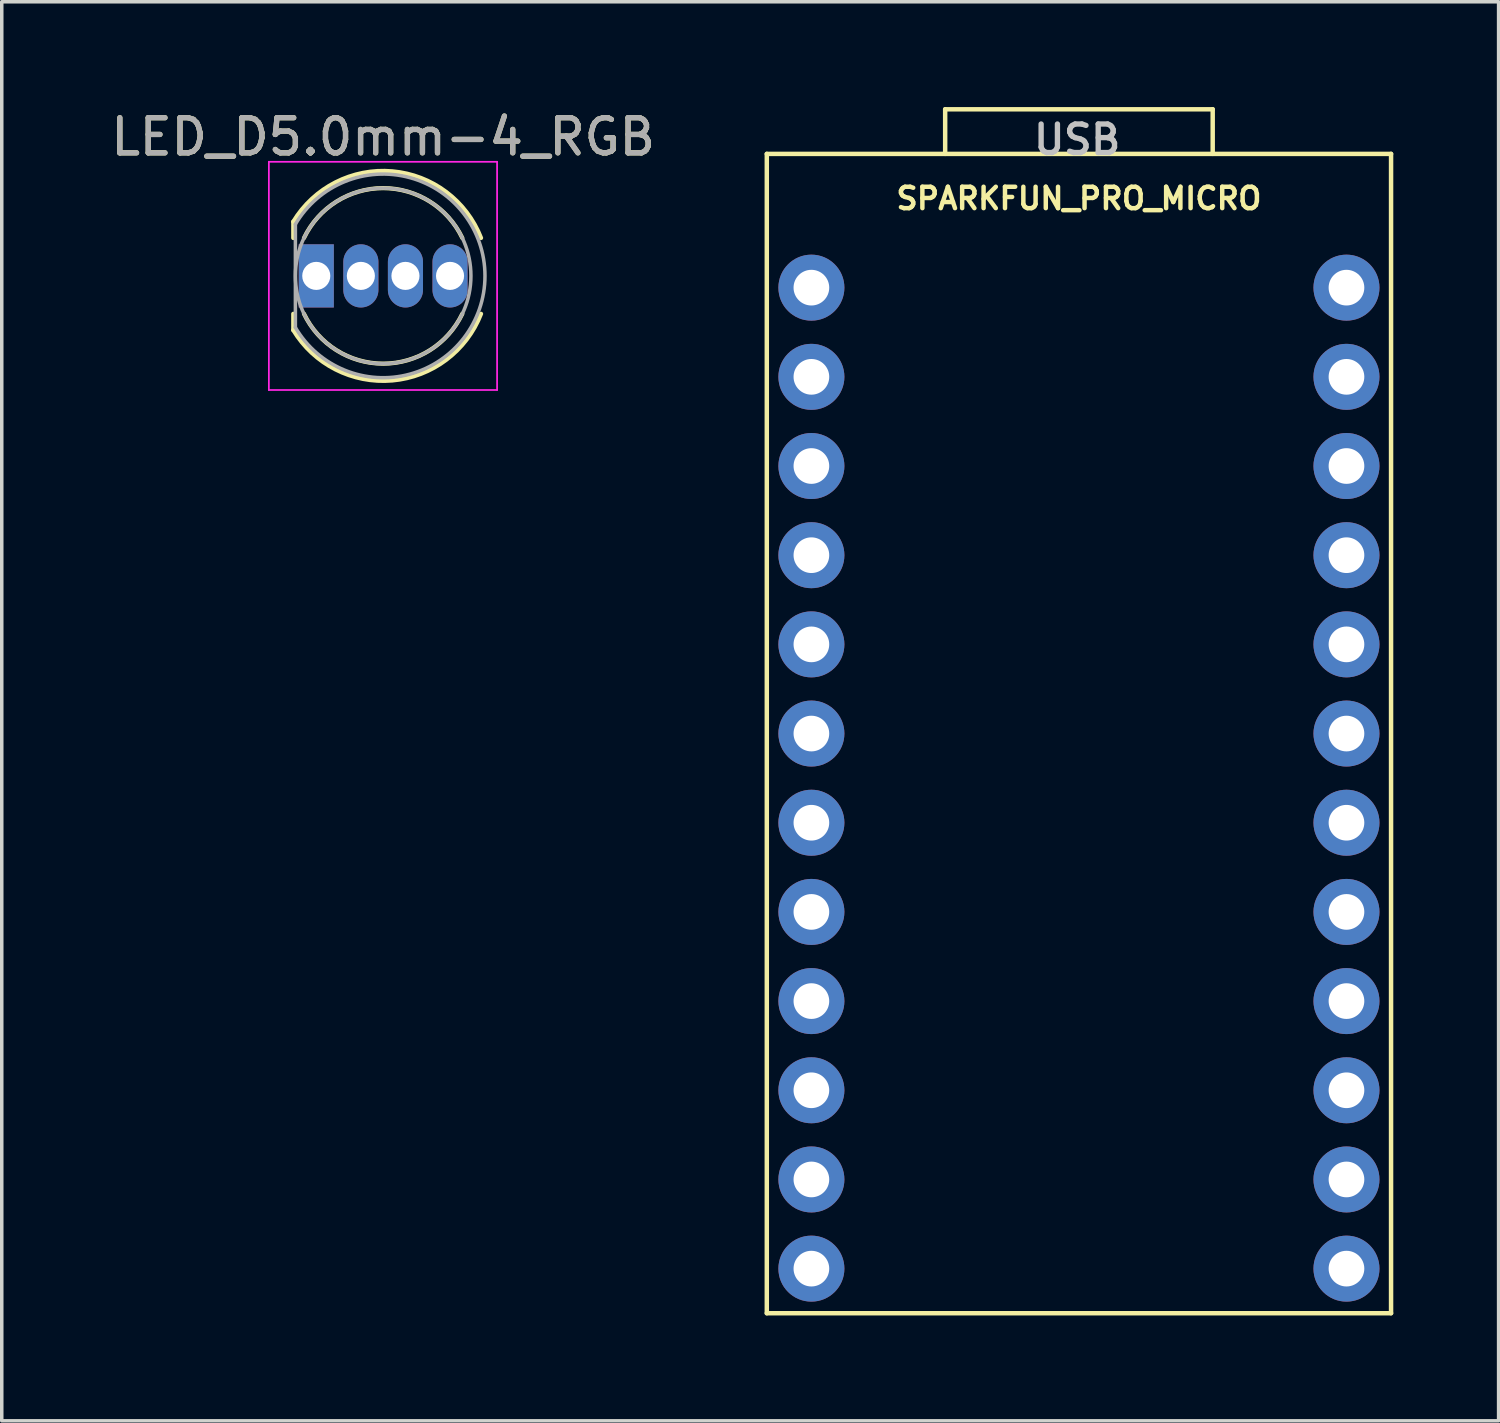
<source format=kicad_pcb>
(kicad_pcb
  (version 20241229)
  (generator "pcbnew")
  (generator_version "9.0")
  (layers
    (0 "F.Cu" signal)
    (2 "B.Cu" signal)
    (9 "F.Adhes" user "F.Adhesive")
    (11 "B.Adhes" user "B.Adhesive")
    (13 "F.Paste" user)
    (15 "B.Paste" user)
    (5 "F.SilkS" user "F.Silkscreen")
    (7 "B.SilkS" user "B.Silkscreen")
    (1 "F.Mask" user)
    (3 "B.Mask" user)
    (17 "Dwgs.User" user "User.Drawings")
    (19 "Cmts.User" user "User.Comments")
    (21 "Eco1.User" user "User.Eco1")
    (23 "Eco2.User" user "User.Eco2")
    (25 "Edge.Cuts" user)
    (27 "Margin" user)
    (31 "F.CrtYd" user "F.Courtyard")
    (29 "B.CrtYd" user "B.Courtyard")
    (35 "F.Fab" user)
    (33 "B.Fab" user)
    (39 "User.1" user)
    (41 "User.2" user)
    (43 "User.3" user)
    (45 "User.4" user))
  (footprint "LED_D5.0mm-4_RGB"
    (layer "F.Cu")
    (at 5.958 4.808)
    (property "Reference" "LED_D5.0mm-4_RGB" (at 1.905 -3.96 0) (layer "F.SilkS") (effects (font (size 1 1) (thickness 0.15))))
    (attr through_hole)
    (fp_line (start -0.655 -1.545) (end -0.655 -1.08) (stroke (width 0.12) (type solid)) (layer "F.SilkS"))
    (fp_line (start -0.655 1.08) (end -0.655 1.545) (stroke (width 0.12) (type solid)) (layer "F.SilkS"))
    (fp_arc (start -0.655 -1.54483) (mid 2.163456 -2.978809) (end 4.692815 -1.080827) (stroke (width 0.12) (type solid)) (layer "F.SilkS"))
    (fp_arc (start -0.349684 -1.08) (mid 1.904762 -2.5) (end 4.159479 -1.080429) (stroke (width 0.12) (type solid)) (layer "F.SilkS"))
    (fp_arc (start 4.159479 1.080429) (mid 1.904762 2.5) (end -0.349684 1.08) (stroke (width 0.12) (type solid)) (layer "F.SilkS"))
    (fp_arc (start 4.692815 1.080827) (mid 2.163456 2.978808) (end -0.655 1.54483) (stroke (width 0.12) (type solid)) (layer "F.SilkS"))
    (fp_line (start -1.35 -3.25) (end -1.35 3.25) (stroke (width 0.05) (type solid)) (layer "F.CrtYd"))
    (fp_line (start -1.35 3.25) (end 5.15 3.25) (stroke (width 0.05) (type solid)) (layer "F.CrtYd"))
    (fp_line (start 5.15 -3.25) (end -1.35 -3.25) (stroke (width 0.05) (type solid)) (layer "F.CrtYd"))
    (fp_line (start 5.15 3.25) (end 5.15 -3.25) (stroke (width 0.05) (type solid)) (layer "F.CrtYd"))
    (fp_line (start -0.595 -1.47) (end -0.595 1.47) (stroke (width 0.1) (type solid)) (layer "F.Fab"))
    (fp_arc (start -0.595 -1.469694) (mid 4.805 0.000016) (end -0.595016 1.469666) (stroke (width 0.1) (type solid)) (layer "F.Fab"))
    (fp_circle (center 1.905 0) (end 4.405 0) (stroke (width 0.1) (type solid)) (fill no) (layer "F.Fab"))
    (fp_text user "${REFERENCE}" (at 1.905 -3.96 0) (layer "F.Fab") (effects (font (size 1 1) (thickness 0.15))))
    (pad "1" thru_hole rect (at 0 0) (size 1 1.8) (drill 0.8) (layers "*.Cu" "*.Mask"))
    (pad "2" thru_hole oval (at 1.27 0) (size 1 1.8) (drill 0.8) (layers "*.Cu" "*.Mask"))
    (pad "3" thru_hole oval (at 2.54 0) (size 1 1.8) (drill 0.8) (layers "*.Cu" "*.Mask"))
    (pad "4" thru_hole oval (at 3.81 0) (size 1 1.8) (drill 0.8) (layers "*.Cu" "*.Mask")))
  (footprint "SPARKFUN_PRO_MICRO"
    (layer "F.Cu")
    (at 27.68 17.843)
    (property "Reference" "SPARKFUN_PRO_MICRO" (at 0 -15.24 0) (layer "F.SilkS") (effects (font (size 0.61 0.61) (thickness 0.127))))
    (attr exclude_from_pos_files exclude_from_bom)
    (fp_line (start -8.89 -16.51) (end -8.89 16.51) (stroke (width 0.127) (type solid)) (layer "F.SilkS"))
    (fp_line (start -8.89 16.51) (end 8.89 16.51) (stroke (width 0.127) (type solid)) (layer "F.SilkS"))
    (fp_line (start -3.81 -17.78) (end 3.81 -17.78) (stroke (width 0.127) (type solid)) (layer "F.SilkS"))
    (fp_line (start -3.81 -16.51) (end -3.81 -17.78) (stroke (width 0.127) (type solid)) (layer "F.SilkS"))
    (fp_line (start 3.81 -17.78) (end 3.81 -16.51) (stroke (width 0.127) (type solid)) (layer "F.SilkS"))
    (fp_line (start 8.89 -16.51) (end -8.89 -16.51) (stroke (width 0.127) (type solid)) (layer "F.SilkS"))
    (fp_line (start 8.89 16.51) (end 8.89 -16.51) (stroke (width 0.127) (type solid)) (layer "F.SilkS"))
    (fp_text user "USB" (at -0.051 -16.916 0) (layer "Dwgs.User") (effects (font (size 0.813 0.813) (thickness 0.152))))
    (pad "1" thru_hole circle (at -7.62 -12.7) (size 1.88 1.88) (drill 1.016) (layers "*.Cu" "*.Mask"))
    (pad "2" thru_hole circle (at -7.62 -10.16) (size 1.88 1.88) (drill 1.016) (layers "*.Cu" "*.Mask"))
    (pad "3" thru_hole circle (at -7.62 -7.62) (size 1.88 1.88) (drill 1.016) (layers "*.Cu" "*.Mask"))
    (pad "4" thru_hole circle (at -7.62 -5.08) (size 1.88 1.88) (drill 1.016) (layers "*.Cu" "*.Mask"))
    (pad "5" thru_hole circle (at -7.62 -2.54) (size 1.88 1.88) (drill 1.016) (layers "*.Cu" "*.Mask"))
    (pad "6" thru_hole circle (at -7.62 0) (size 1.88 1.88) (drill 1.016) (layers "*.Cu" "*.Mask"))
    (pad "7" thru_hole circle (at -7.62 2.54) (size 1.88 1.88) (drill 1.016) (layers "*.Cu" "*.Mask"))
    (pad "8" thru_hole circle (at -7.62 5.08) (size 1.88 1.88) (drill 1.016) (layers "*.Cu" "*.Mask"))
    (pad "9" thru_hole circle (at -7.62 7.62) (size 1.88 1.88) (drill 1.016) (layers "*.Cu" "*.Mask"))
    (pad "10" thru_hole circle (at -7.62 10.16) (size 1.88 1.88) (drill 1.016) (layers "*.Cu" "*.Mask"))
    (pad "11" thru_hole circle (at -7.62 12.7) (size 1.88 1.88) (drill 1.016) (layers "*.Cu" "*.Mask"))
    (pad "12" thru_hole circle (at -7.62 15.24) (size 1.88 1.88) (drill 1.016) (layers "*.Cu" "*.Mask"))
    (pad "13" thru_hole circle (at 7.62 15.24) (size 1.88 1.88) (drill 1.016) (layers "*.Cu" "*.Mask"))
    (pad "14" thru_hole circle (at 7.62 12.7) (size 1.88 1.88) (drill 1.016) (layers "*.Cu" "*.Mask"))
    (pad "15" thru_hole circle (at 7.62 10.16) (size 1.88 1.88) (drill 1.016) (layers "*.Cu" "*.Mask"))
    (pad "16" thru_hole circle (at 7.62 7.62) (size 1.88 1.88) (drill 1.016) (layers "*.Cu" "*.Mask"))
    (pad "17" thru_hole circle (at 7.62 5.08) (size 1.88 1.88) (drill 1.016) (layers "*.Cu" "*.Mask"))
    (pad "18" thru_hole circle (at 7.62 2.54) (size 1.88 1.88) (drill 1.016) (layers "*.Cu" "*.Mask"))
    (pad "19" thru_hole circle (at 7.62 0) (size 1.88 1.88) (drill 1.016) (layers "*.Cu" "*.Mask"))
    (pad "20" thru_hole circle (at 7.62 -2.54) (size 1.88 1.88) (drill 1.016) (layers "*.Cu" "*.Mask"))
    (pad "21" thru_hole circle (at 7.62 -5.08) (size 1.88 1.88) (drill 1.016) (layers "*.Cu" "*.Mask"))
    (pad "22" thru_hole circle (at 7.62 -7.62) (size 1.88 1.88) (drill 1.016) (layers "*.Cu" "*.Mask"))
    (pad "23" thru_hole circle (at 7.62 -10.16) (size 1.88 1.88) (drill 1.016) (layers "*.Cu" "*.Mask"))
    (pad "24" thru_hole circle (at 7.62 -12.7) (size 1.88 1.88) (drill 1.016) (layers "*.Cu" "*.Mask")))
  (gr_rect
    (start -3 -3)
    (end 39.633 37.417)
    (stroke (width 0.1) (type default))
    (fill no)
    (layer "Edge.Cuts")))
</source>
